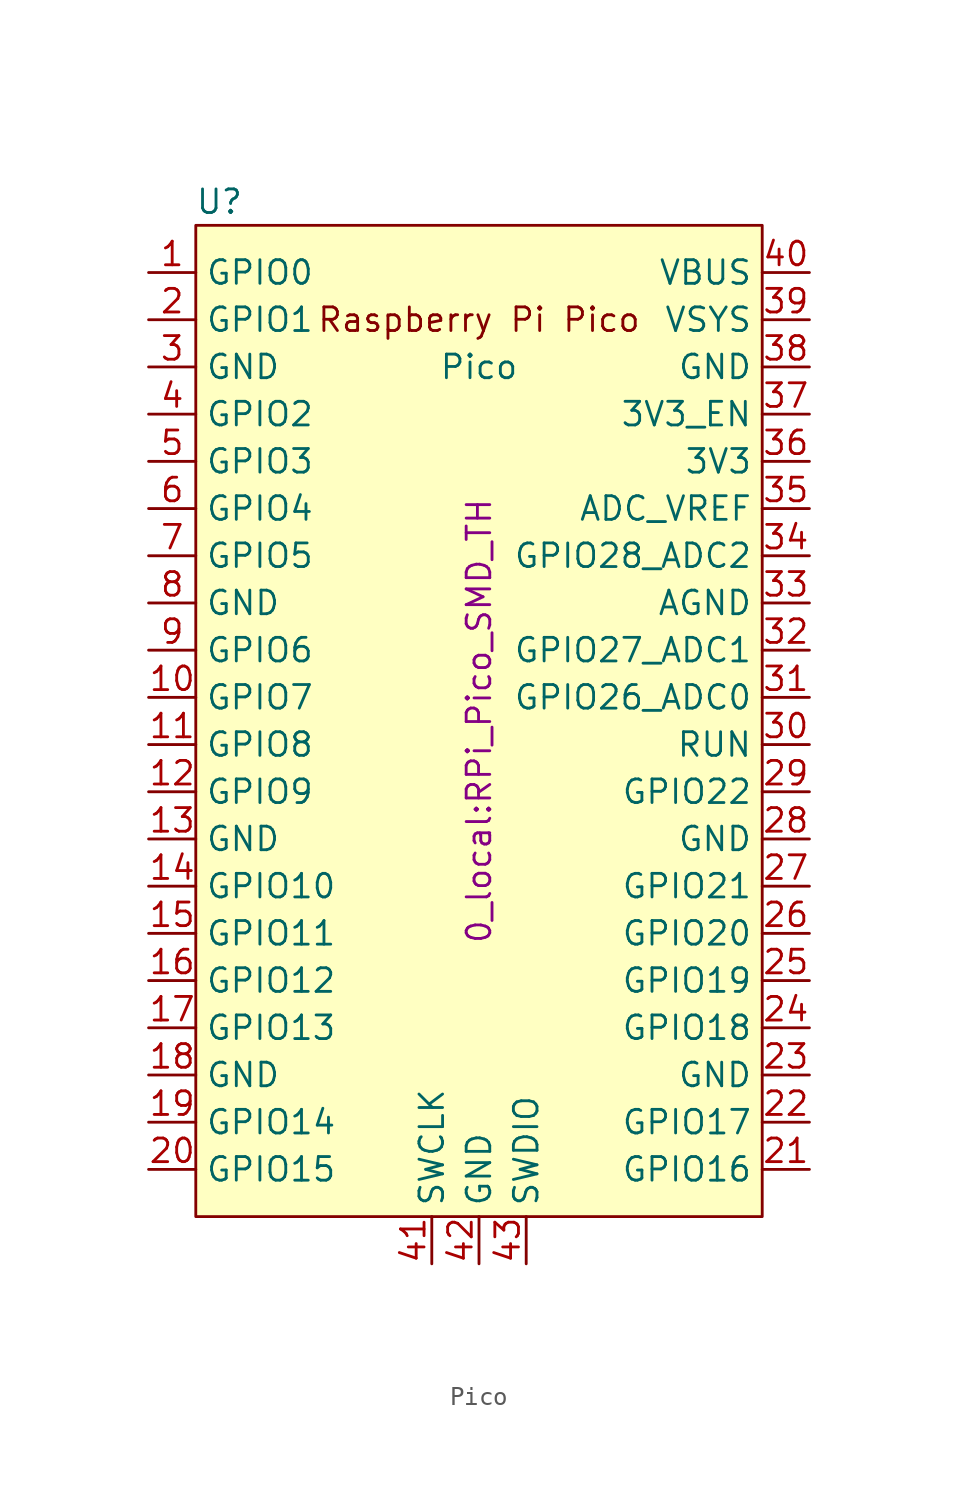
<source format=kicad_sym>
(kicad_symbol_lib
  (version 20220914)
  (generator kicad_symbol_editor)
  (symbol "Pico"
    (property "Reference" "U"
      (at -13.97 27.94 0)
      (effects (font (size 1.27 1.27))))
    (property "Value" "Pico"
      (at 0 19.05 0)
      (effects (font (size 1.27 1.27))))
    (property "Footprint" "0_local:RPi_Pico_SMD_TH"
      (at 0 0 90)
      (effects (font (size 1.27 1.27))))
    (symbol "Pico_0_0"
      (text "Raspberry Pi Pico" (at 0 21.59 0) (effects (font (size 1.27 1.27)))))
    (symbol "Pico_0_1"
      (rectangle (start -15.24 26.67) (end 15.24 -26.67) (stroke (width 0) (type default)) (fill (type background))))
    (symbol "Pico_1_1"
      (pin bidirectional line (at -17.78 24.13 0) (length 2.54) (name "GPIO0" (effects (font (size 1.27 1.27)))) (number "1" (effects (font (size 1.27 1.27)))))
      (pin bidirectional line (at -17.78 1.27 0) (length 2.54) (name "GPIO7" (effects (font (size 1.27 1.27)))) (number "10" (effects (font (size 1.27 1.27)))))
      (pin bidirectional line (at -17.78 -1.27 0) (length 2.54) (name "GPIO8" (effects (font (size 1.27 1.27)))) (number "11" (effects (font (size 1.27 1.27)))))
      (pin bidirectional line (at -17.78 -3.81 0) (length 2.54) (name "GPIO9" (effects (font (size 1.27 1.27)))) (number "12" (effects (font (size 1.27 1.27)))))
      (pin power_in line (at -17.78 -6.35 0) (length 2.54) (name "GND" (effects (font (size 1.27 1.27)))) (number "13" (effects (font (size 1.27 1.27)))))
      (pin bidirectional line (at -17.78 -8.89 0) (length 2.54) (name "GPIO10" (effects (font (size 1.27 1.27)))) (number "14" (effects (font (size 1.27 1.27)))))
      (pin bidirectional line (at -17.78 -11.43 0) (length 2.54) (name "GPIO11" (effects (font (size 1.27 1.27)))) (number "15" (effects (font (size 1.27 1.27)))))
      (pin bidirectional line (at -17.78 -13.97 0) (length 2.54) (name "GPIO12" (effects (font (size 1.27 1.27)))) (number "16" (effects (font (size 1.27 1.27)))))
      (pin bidirectional line (at -17.78 -16.51 0) (length 2.54) (name "GPIO13" (effects (font (size 1.27 1.27)))) (number "17" (effects (font (size 1.27 1.27)))))
      (pin power_in line (at -17.78 -19.05 0) (length 2.54) (name "GND" (effects (font (size 1.27 1.27)))) (number "18" (effects (font (size 1.27 1.27)))))
      (pin bidirectional line (at -17.78 -21.59 0) (length 2.54) (name "GPIO14" (effects (font (size 1.27 1.27)))) (number "19" (effects (font (size 1.27 1.27)))))
      (pin bidirectional line (at -17.78 21.59 0) (length 2.54) (name "GPIO1" (effects (font (size 1.27 1.27)))) (number "2" (effects (font (size 1.27 1.27)))))
      (pin bidirectional line (at -17.78 -24.13 0) (length 2.54) (name "GPIO15" (effects (font (size 1.27 1.27)))) (number "20" (effects (font (size 1.27 1.27)))))
      (pin bidirectional line (at 17.78 -24.13 180) (length 2.54) (name "GPIO16" (effects (font (size 1.27 1.27)))) (number "21" (effects (font (size 1.27 1.27)))))
      (pin bidirectional line (at 17.78 -21.59 180) (length 2.54) (name "GPIO17" (effects (font (size 1.27 1.27)))) (number "22" (effects (font (size 1.27 1.27)))))
      (pin power_in line (at 17.78 -19.05 180) (length 2.54) (name "GND" (effects (font (size 1.27 1.27)))) (number "23" (effects (font (size 1.27 1.27)))))
      (pin bidirectional line (at 17.78 -16.51 180) (length 2.54) (name "GPIO18" (effects (font (size 1.27 1.27)))) (number "24" (effects (font (size 1.27 1.27)))))
      (pin bidirectional line (at 17.78 -13.97 180) (length 2.54) (name "GPIO19" (effects (font (size 1.27 1.27)))) (number "25" (effects (font (size 1.27 1.27)))))
      (pin bidirectional line (at 17.78 -11.43 180) (length 2.54) (name "GPIO20" (effects (font (size 1.27 1.27)))) (number "26" (effects (font (size 1.27 1.27)))))
      (pin bidirectional line (at 17.78 -8.89 180) (length 2.54) (name "GPIO21" (effects (font (size 1.27 1.27)))) (number "27" (effects (font (size 1.27 1.27)))))
      (pin power_in line (at 17.78 -6.35 180) (length 2.54) (name "GND" (effects (font (size 1.27 1.27)))) (number "28" (effects (font (size 1.27 1.27)))))
      (pin bidirectional line (at 17.78 -3.81 180) (length 2.54) (name "GPIO22" (effects (font (size 1.27 1.27)))) (number "29" (effects (font (size 1.27 1.27)))))
      (pin power_in line (at -17.78 19.05 0) (length 2.54) (name "GND" (effects (font (size 1.27 1.27)))) (number "3" (effects (font (size 1.27 1.27)))))
      (pin input line (at 17.78 -1.27 180) (length 2.54) (name "RUN" (effects (font (size 1.27 1.27)))) (number "30" (effects (font (size 1.27 1.27)))))
      (pin bidirectional line (at 17.78 1.27 180) (length 2.54) (name "GPIO26_ADC0" (effects (font (size 1.27 1.27)))) (number "31" (effects (font (size 1.27 1.27)))))
      (pin bidirectional line (at 17.78 3.81 180) (length 2.54) (name "GPIO27_ADC1" (effects (font (size 1.27 1.27)))) (number "32" (effects (font (size 1.27 1.27)))))
      (pin power_in line (at 17.78 6.35 180) (length 2.54) (name "AGND" (effects (font (size 1.27 1.27)))) (number "33" (effects (font (size 1.27 1.27)))))
      (pin bidirectional line (at 17.78 8.89 180) (length 2.54) (name "GPIO28_ADC2" (effects (font (size 1.27 1.27)))) (number "34" (effects (font (size 1.27 1.27)))))
      (pin power_in line (at 17.78 11.43 180) (length 2.54) (name "ADC_VREF" (effects (font (size 1.27 1.27)))) (number "35" (effects (font (size 1.27 1.27)))))
      (pin power_in line (at 17.78 13.97 180) (length 2.54) (name "3V3" (effects (font (size 1.27 1.27)))) (number "36" (effects (font (size 1.27 1.27)))))
      (pin input line (at 17.78 16.51 180) (length 2.54) (name "3V3_EN" (effects (font (size 1.27 1.27)))) (number "37" (effects (font (size 1.27 1.27)))))
      (pin bidirectional line (at 17.78 19.05 180) (length 2.54) (name "GND" (effects (font (size 1.27 1.27)))) (number "38" (effects (font (size 1.27 1.27)))))
      (pin power_in line (at 17.78 21.59 180) (length 2.54) (name "VSYS" (effects (font (size 1.27 1.27)))) (number "39" (effects (font (size 1.27 1.27)))))
      (pin bidirectional line (at -17.78 16.51 0) (length 2.54) (name "GPIO2" (effects (font (size 1.27 1.27)))) (number "4" (effects (font (size 1.27 1.27)))))
      (pin power_in line (at 17.78 24.13 180) (length 2.54) (name "VBUS" (effects (font (size 1.27 1.27)))) (number "40" (effects (font (size 1.27 1.27)))))
      (pin input line (at -2.54 -29.21 90) (length 2.54) (name "SWCLK" (effects (font (size 1.27 1.27)))) (number "41" (effects (font (size 1.27 1.27)))))
      (pin power_in line (at 0 -29.21 90) (length 2.54) (name "GND" (effects (font (size 1.27 1.27)))) (number "42" (effects (font (size 1.27 1.27)))))
      (pin bidirectional line (at 2.54 -29.21 90) (length 2.54) (name "SWDIO" (effects (font (size 1.27 1.27)))) (number "43" (effects (font (size 1.27 1.27)))))
      (pin bidirectional line (at -17.78 13.97 0) (length 2.54) (name "GPIO3" (effects (font (size 1.27 1.27)))) (number "5" (effects (font (size 1.27 1.27)))))
      (pin bidirectional line (at -17.78 11.43 0) (length 2.54) (name "GPIO4" (effects (font (size 1.27 1.27)))) (number "6" (effects (font (size 1.27 1.27)))))
      (pin bidirectional line (at -17.78 8.89 0) (length 2.54) (name "GPIO5" (effects (font (size 1.27 1.27)))) (number "7" (effects (font (size 1.27 1.27)))))
      (pin power_in line (at -17.78 6.35 0) (length 2.54) (name "GND" (effects (font (size 1.27 1.27)))) (number "8" (effects (font (size 1.27 1.27)))))
      (pin bidirectional line (at -17.78 3.81 0) (length 2.54) (name "GPIO6" (effects (font (size 1.27 1.27)))) (number "9" (effects (font (size 1.27 1.27))))))))
</source>
